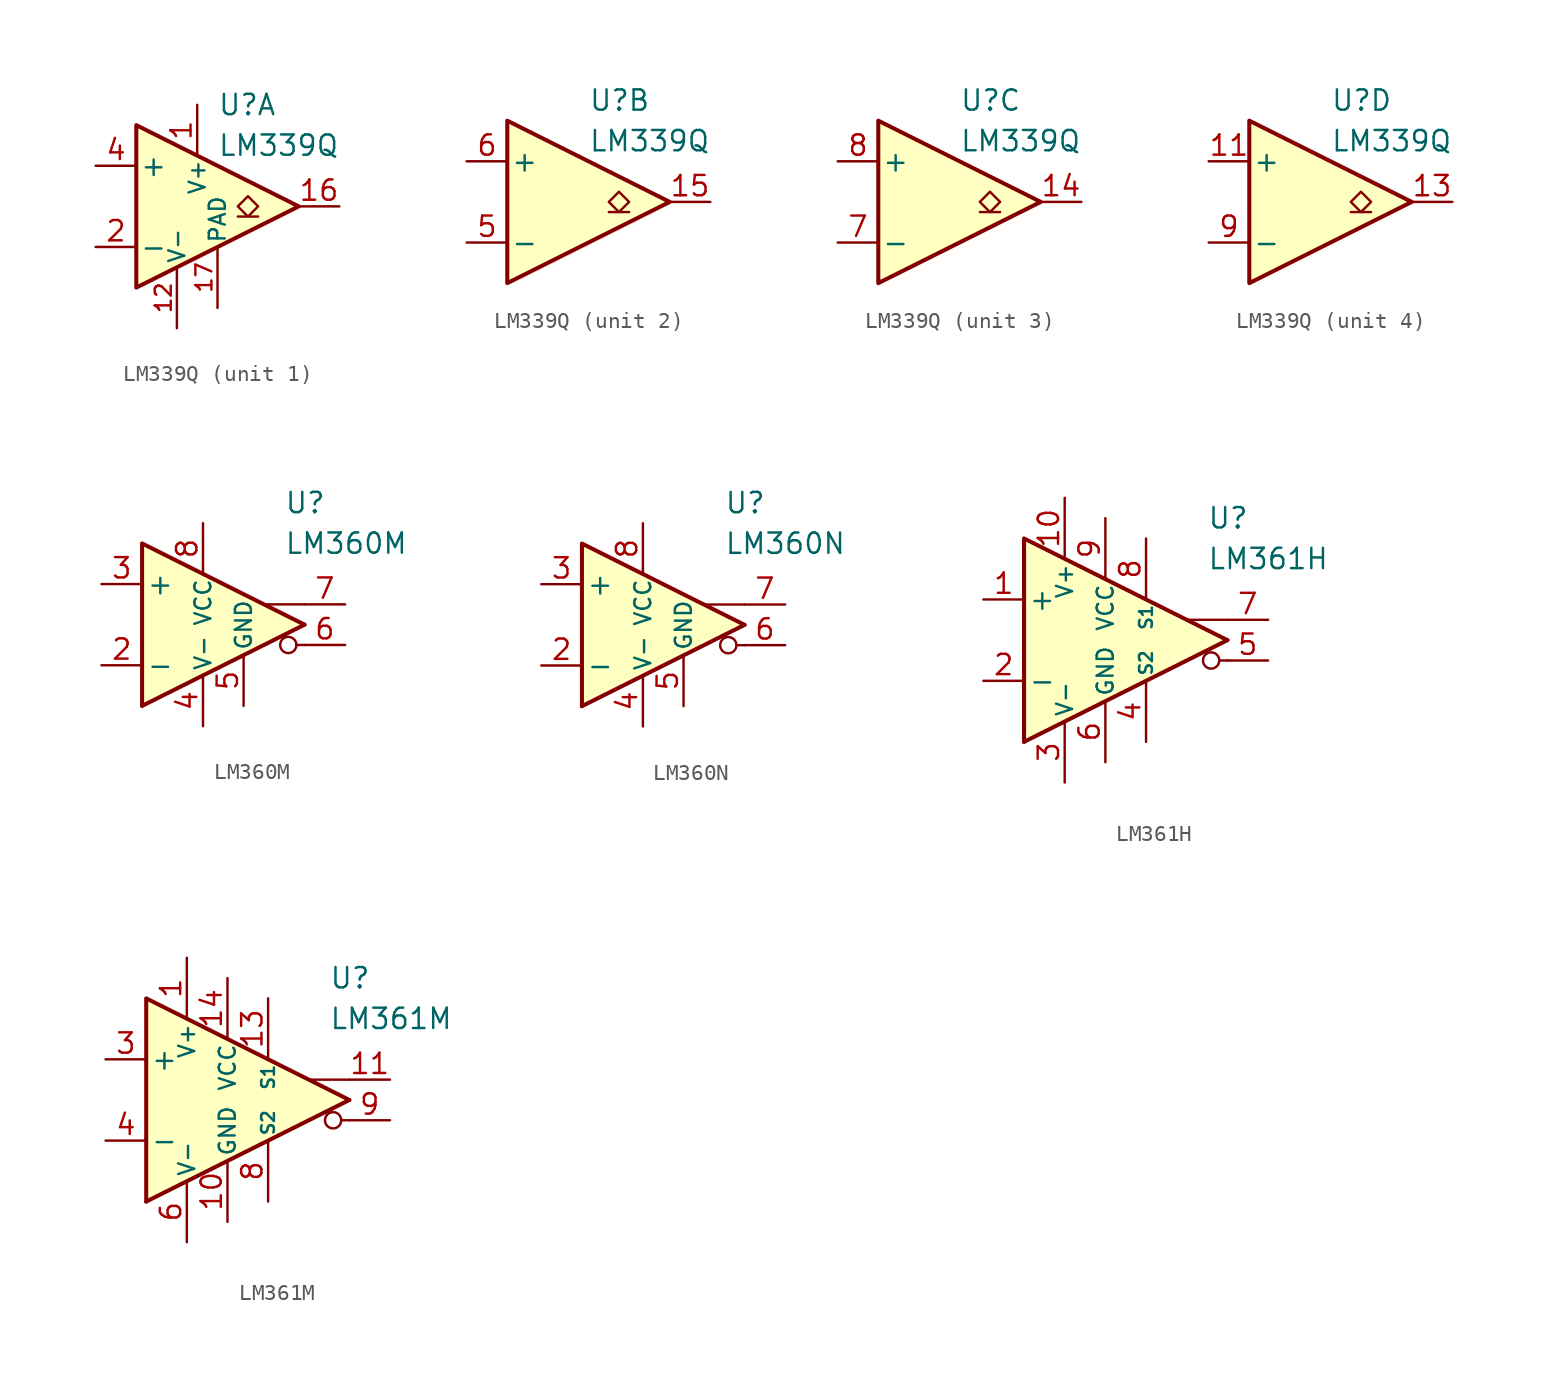
<source format=kicad_sym>
(kicad_symbol_lib
  (version 20211014)
  (generator kicad_symbol_editor)
  (symbol "LM339Q"
    (pin_names
      (offset 0.2))
    (property "Reference" "U"
      (at 1.27 6.35 0)
      (effects (font (size 1.27 1.27)) (justify left)))
    (property "Value" "LM339Q"
      (at 1.27 3.81 0)
      (effects (font (size 1.27 1.27)) (justify left)))
    (property "ki_locked" ""
      (at 0 0 0)
      (effects (font (size 1.27 1.27))))
    (symbol "LM339Q_0_1"
      (polyline (pts (xy -3.81 5.08) (xy -3.81 -5.08) (xy 6.35 0) (xy -3.81 5.08)) (stroke (width 0.254) (type default) (color 0 0 0 0)) (fill (type background))))
    (symbol "LM339Q_1_1"
      (polyline (pts (xy 3.81 -0.635) (xy 2.54 -0.635)) (stroke (width 0.152) (type default) (color 0 0 0 0)) (fill (type none)))
      (polyline (pts (xy 3.175 -0.635) (xy 2.54 0) (xy 3.175 0.635) (xy 3.81 0) (xy 3.175 -0.635)) (stroke (width 0.152) (type default) (color 0 0 0 0)) (fill (type none)))
      (pin power_in line (at 0 6.35 270) (length 3.18) (name "V+" (effects (font (size 1 1)))) (number "1" (effects (font (size 1.27 1.27)))))
      (pin no_connect line (at -2.54 -1.27 0) (length 2.54) hide (name "NC" (effects (font (size 1.27 1.27)))) (number "10" (effects (font (size 1.27 1.27)))))
      (pin power_in line (at -1.27 -7.62 90) (length 3.81) (name "V-" (effects (font (size 1 1)))) (number "12" (effects (font (size 1 1)))))
      (pin open_collector line (at 8.89 0 180) (length 2.54) (name "~" (effects (font (size 1.27 1.27)))) (number "16" (effects (font (size 1.27 1.27)))))
      (pin power_in line (at 1.27 -6.35 90) (length 3.81) (name "PAD" (effects (font (size 1 1)))) (number "17" (effects (font (size 1 1)))))
      (pin input line (at -6.35 -2.54 0) (length 2.54) (name "-" (effects (font (size 1.27 1.27)))) (number "2" (effects (font (size 1.27 1.27)))))
      (pin no_connect line (at -2.54 1.27 0) (length 2.54) hide (name "NC" (effects (font (size 1.27 1.27)))) (number "3" (effects (font (size 1.27 1.27)))))
      (pin input line (at -6.35 2.54 0) (length 2.54) (name "+" (effects (font (size 1.27 1.27)))) (number "4" (effects (font (size 1.27 1.27))))))
    (symbol "LM339Q_2_1"
      (polyline (pts (xy 3.81 -0.635) (xy 2.54 -0.635)) (stroke (width 0.152) (type default) (color 0 0 0 0)) (fill (type none)))
      (polyline (pts (xy 3.175 -0.635) (xy 2.54 0) (xy 3.175 0.635) (xy 3.81 0) (xy 3.175 -0.635)) (stroke (width 0.152) (type default) (color 0 0 0 0)) (fill (type none)))
      (pin open_collector line (at 8.89 0 180) (length 2.54) (name "~" (effects (font (size 1.27 1.27)))) (number "15" (effects (font (size 1.27 1.27)))))
      (pin input line (at -6.35 -2.54 0) (length 2.54) (name "-" (effects (font (size 1.27 1.27)))) (number "5" (effects (font (size 1.27 1.27)))))
      (pin input line (at -6.35 2.54 0) (length 2.54) (name "+" (effects (font (size 1.27 1.27)))) (number "6" (effects (font (size 1.27 1.27))))))
    (symbol "LM339Q_3_1"
      (polyline (pts (xy 3.81 -0.635) (xy 2.54 -0.635)) (stroke (width 0.152) (type default) (color 0 0 0 0)) (fill (type none)))
      (polyline (pts (xy 3.175 -0.635) (xy 2.54 0) (xy 3.175 0.635) (xy 3.81 0) (xy 3.175 -0.635)) (stroke (width 0.152) (type default) (color 0 0 0 0)) (fill (type none)))
      (pin open_collector line (at 8.89 0 180) (length 2.54) (name "~" (effects (font (size 1.27 1.27)))) (number "14" (effects (font (size 1.27 1.27)))))
      (pin input line (at -6.35 -2.54 0) (length 2.54) (name "-" (effects (font (size 1.27 1.27)))) (number "7" (effects (font (size 1.27 1.27)))))
      (pin input line (at -6.35 2.54 0) (length 2.54) (name "+" (effects (font (size 1.27 1.27)))) (number "8" (effects (font (size 1.27 1.27))))))
    (symbol "LM339Q_4_1"
      (polyline (pts (xy 3.81 -0.635) (xy 2.54 -0.635)) (stroke (width 0.152) (type default) (color 0 0 0 0)) (fill (type none)))
      (polyline (pts (xy 3.175 -0.635) (xy 2.54 0) (xy 3.175 0.635) (xy 3.81 0) (xy 3.175 -0.635)) (stroke (width 0.152) (type default) (color 0 0 0 0)) (fill (type none)))
      (pin input line (at -6.35 2.54 0) (length 2.54) (name "+" (effects (font (size 1.27 1.27)))) (number "11" (effects (font (size 1.27 1.27)))))
      (pin open_collector line (at 8.89 0 180) (length 2.54) (name "~" (effects (font (size 1.27 1.27)))) (number "13" (effects (font (size 1.27 1.27)))))
      (pin input line (at -6.35 -2.54 0) (length 2.54) (name "-" (effects (font (size 1.27 1.27)))) (number "9" (effects (font (size 1.27 1.27)))))))
  (symbol "LM360M"
    (pin_names
      (offset 0.254))
    (property "Reference" "U"
      (at 5.08 7.62 0)
      (effects (font (size 1.27 1.27)) (justify left)))
    (property "Value" "LM360M"
      (at 5.08 5.08 0)
      (effects (font (size 1.27 1.27)) (justify left)))
    (symbol "LM360M_0_0"
      (polyline (pts (xy 6.35 -1.27) (xy 5.842 -1.27)) (stroke (width 0.152) (type default) (color 0 0 0 0)) (fill (type none)))
      (polyline (pts (xy 6.35 0) (xy -3.81 -5.08)) (stroke (width 0.254) (type default) (color 0 0 0 0)) (fill (type none)))
      (polyline (pts (xy 6.35 1.27) (xy 3.81 1.27)) (stroke (width 0.152) (type default) (color 0 0 0 0)) (fill (type none)))
      (polyline (pts (xy 6.35 0) (xy -3.81 5.08) (xy -3.81 -5.08)) (stroke (width 0.254) (type default) (color 0 0 0 0)) (fill (type background)))
      (circle (center 5.334 -1.27) (radius 0.508) (stroke (width 0.152) (type default) (color 0 0 0 0)) (fill (type none))))
    (symbol "LM360M_1_1"
      (pin no_connect line (at -2.54 0 0) (length 2.54) hide (name "NC" (effects (font (size 1.27 1.27)))) (number "1" (effects (font (size 1.27 1.27)))))
      (pin input line (at -6.35 -2.54 0) (length 2.54) (name "-" (effects (font (size 1.27 1.27)))) (number "2" (effects (font (size 1.27 1.27)))))
      (pin input line (at -6.35 2.54 0) (length 2.54) (name "+" (effects (font (size 1.27 1.27)))) (number "3" (effects (font (size 1.27 1.27)))))
      (pin power_in line (at 0 -6.35 90) (length 3.18) (name "V-" (effects (font (size 1 1)))) (number "4" (effects (font (size 1.27 1.27)))))
      (pin power_in line (at 2.54 -5.08 90) (length 3.18) (name "GND" (effects (font (size 1 1)))) (number "5" (effects (font (size 1.27 1.27)))))
      (pin output line (at 8.89 -1.27 180) (length 2.54) (name "~" (effects (font (size 1.27 1.27)))) (number "6" (effects (font (size 1.27 1.27)))))
      (pin output line (at 8.89 1.27 180) (length 2.54) (name "~" (effects (font (size 1.27 1.27)))) (number "7" (effects (font (size 1.27 1.27)))))
      (pin power_in line (at 0 6.35 270) (length 3.18) (name "VCC" (effects (font (size 1 1)))) (number "8" (effects (font (size 1.27 1.27)))))))
  (symbol "LM360N"
    (pin_names
      (offset 0.254))
    (property "Reference" "U"
      (at 5.08 7.62 0)
      (effects (font (size 1.27 1.27)) (justify left)))
    (property "Value" "LM360N"
      (at 5.08 5.08 0)
      (effects (font (size 1.27 1.27)) (justify left)))
    (symbol "LM360N_0_0"
      (polyline (pts (xy 6.35 -1.27) (xy 5.842 -1.27)) (stroke (width 0.152) (type default) (color 0 0 0 0)) (fill (type none)))
      (polyline (pts (xy 6.35 0) (xy -3.81 -5.08)) (stroke (width 0.254) (type default) (color 0 0 0 0)) (fill (type none)))
      (polyline (pts (xy 6.35 1.27) (xy 3.81 1.27)) (stroke (width 0.152) (type default) (color 0 0 0 0)) (fill (type none)))
      (polyline (pts (xy 6.35 0) (xy -3.81 5.08) (xy -3.81 -5.08)) (stroke (width 0.254) (type default) (color 0 0 0 0)) (fill (type background)))
      (circle (center 5.334 -1.27) (radius 0.508) (stroke (width 0.152) (type default) (color 0 0 0 0)) (fill (type none))))
    (symbol "LM360N_1_1"
      (pin no_connect line (at -2.54 0 0) (length 2.54) hide (name "NC" (effects (font (size 1.27 1.27)))) (number "1" (effects (font (size 1.27 1.27)))))
      (pin input line (at -6.35 -2.54 0) (length 2.54) (name "-" (effects (font (size 1.27 1.27)))) (number "2" (effects (font (size 1.27 1.27)))))
      (pin input line (at -6.35 2.54 0) (length 2.54) (name "+" (effects (font (size 1.27 1.27)))) (number "3" (effects (font (size 1.27 1.27)))))
      (pin power_in line (at 0 -6.35 90) (length 3.18) (name "V-" (effects (font (size 1 1)))) (number "4" (effects (font (size 1.27 1.27)))))
      (pin power_in line (at 2.54 -5.08 90) (length 3.18) (name "GND" (effects (font (size 1 1)))) (number "5" (effects (font (size 1.27 1.27)))))
      (pin output line (at 8.89 -1.27 180) (length 2.54) (name "~" (effects (font (size 1.27 1.27)))) (number "6" (effects (font (size 1.27 1.27)))))
      (pin output line (at 8.89 1.27 180) (length 2.54) (name "~" (effects (font (size 1.27 1.27)))) (number "7" (effects (font (size 1.27 1.27)))))
      (pin power_in line (at 0 6.35 270) (length 3.18) (name "VCC" (effects (font (size 1 1)))) (number "8" (effects (font (size 1.27 1.27)))))))
  (symbol "LM361H"
    (pin_names
      (offset 0.254))
    (property "Reference" "U"
      (at 6.35 7.62 0)
      (effects (font (size 1.27 1.27)) (justify left)))
    (property "Value" "LM361H"
      (at 6.35 5.08 0)
      (effects (font (size 1.27 1.27)) (justify left)))
    (symbol "LM361H_0_0"
      (polyline (pts (xy 7.62 -1.27) (xy 7.112 -1.27)) (stroke (width 0.152) (type default) (color 0 0 0 0)) (fill (type none)))
      (polyline (pts (xy 7.62 0) (xy -5.08 -6.35)) (stroke (width 0.254) (type default) (color 0 0 0 0)) (fill (type none)))
      (polyline (pts (xy 7.62 1.27) (xy 5.08 1.27)) (stroke (width 0.152) (type default) (color 0 0 0 0)) (fill (type none)))
      (polyline (pts (xy 7.62 0) (xy -5.08 6.35) (xy -5.08 -6.35)) (stroke (width 0.254) (type default) (color 0 0 0 0)) (fill (type background)))
      (circle (center 6.604 -1.27) (radius 0.508) (stroke (width 0.152) (type default) (color 0 0 0 0)) (fill (type none))))
    (symbol "LM361H_1_1"
      (pin input line (at -7.62 2.54 0) (length 2.54) (name "+" (effects (font (size 1.27 1.27)))) (number "1" (effects (font (size 1.27 1.27)))))
      (pin power_in line (at -2.54 8.89 270) (length 3.81) (name "V+" (effects (font (size 1 1)))) (number "10" (effects (font (size 1.27 1.27)))))
      (pin input line (at -7.62 -2.54 0) (length 2.54) (name "-" (effects (font (size 1.27 1.27)))) (number "2" (effects (font (size 1.27 1.27)))))
      (pin power_in line (at -2.54 -8.89 90) (length 3.81) (name "V-" (effects (font (size 1 1)))) (number "3" (effects (font (size 1.27 1.27)))))
      (pin input line (at 2.54 -6.35 90) (length 3.81) (name "S2" (effects (font (size 0.8 0.8)))) (number "4" (effects (font (size 1.27 1.27)))))
      (pin output line (at 10.16 -1.27 180) (length 2.54) (name "~" (effects (font (size 1.27 1.27)))) (number "5" (effects (font (size 1.27 1.27)))))
      (pin power_in line (at 0 -7.62 90) (length 3.81) (name "GND" (effects (font (size 1 1)))) (number "6" (effects (font (size 1.27 1.27)))))
      (pin output line (at 10.16 1.27 180) (length 2.54) (name "~" (effects (font (size 1.27 1.27)))) (number "7" (effects (font (size 1.27 1.27)))))
      (pin input line (at 2.54 6.35 270) (length 3.81) (name "S1" (effects (font (size 0.8 0.8)))) (number "8" (effects (font (size 1.27 1.27)))))
      (pin power_in line (at 0 7.62 270) (length 3.81) (name "VCC" (effects (font (size 1 1)))) (number "9" (effects (font (size 1.27 1.27)))))))
  (symbol "LM361M"
    (pin_names
      (offset 0.254))
    (property "Reference" "U"
      (at 6.35 7.62 0)
      (effects (font (size 1.27 1.27)) (justify left)))
    (property "Value" "LM361M"
      (at 6.35 5.08 0)
      (effects (font (size 1.27 1.27)) (justify left)))
    (symbol "LM361M_0_0"
      (polyline (pts (xy 7.62 -1.27) (xy 7.112 -1.27)) (stroke (width 0.152) (type default) (color 0 0 0 0)) (fill (type none)))
      (polyline (pts (xy 7.62 0) (xy -5.08 -6.35)) (stroke (width 0.254) (type default) (color 0 0 0 0)) (fill (type none)))
      (polyline (pts (xy 7.62 1.27) (xy 5.08 1.27)) (stroke (width 0.152) (type default) (color 0 0 0 0)) (fill (type none)))
      (polyline (pts (xy 7.62 0) (xy -5.08 6.35) (xy -5.08 -6.35)) (stroke (width 0.254) (type default) (color 0 0 0 0)) (fill (type background)))
      (circle (center 6.604 -1.27) (radius 0.508) (stroke (width 0.152) (type default) (color 0 0 0 0)) (fill (type none))))
    (symbol "LM361M_1_1"
      (pin power_in line (at -2.54 8.89 270) (length 3.81) (name "V+" (effects (font (size 1 1)))) (number "1" (effects (font (size 1.27 1.27)))))
      (pin power_in line (at 0 -7.62 90) (length 3.81) (name "GND" (effects (font (size 1 1)))) (number "10" (effects (font (size 1.27 1.27)))))
      (pin output line (at 10.16 1.27 180) (length 2.54) (name "~" (effects (font (size 1.27 1.27)))) (number "11" (effects (font (size 1.27 1.27)))))
      (pin no_connect line (at 1.27 -2.54 90) (length 2.54) hide (name "NC" (effects (font (size 1.27 1.27)))) (number "12" (effects (font (size 1.27 1.27)))))
      (pin input line (at 2.54 6.35 270) (length 3.81) (name "S1" (effects (font (size 0.8 0.8)))) (number "13" (effects (font (size 1.27 1.27)))))
      (pin power_in line (at 0 7.62 270) (length 3.81) (name "VCC" (effects (font (size 1 1)))) (number "14" (effects (font (size 1.27 1.27)))))
      (pin no_connect line (at -1.27 2.54 270) (length 2.54) hide (name "NC" (effects (font (size 1.27 1.27)))) (number "2" (effects (font (size 1.27 1.27)))))
      (pin input line (at -7.62 2.54 0) (length 2.54) (name "+" (effects (font (size 1.27 1.27)))) (number "3" (effects (font (size 1.27 1.27)))))
      (pin input line (at -7.62 -2.54 0) (length 2.54) (name "-" (effects (font (size 1.27 1.27)))) (number "4" (effects (font (size 1.27 1.27)))))
      (pin no_connect line (at -1.27 -2.54 90) (length 2.54) hide (name "NC" (effects (font (size 1.27 1.27)))) (number "5" (effects (font (size 1.27 1.27)))))
      (pin power_in line (at -2.54 -8.89 90) (length 3.81) (name "V-" (effects (font (size 1 1)))) (number "6" (effects (font (size 1.27 1.27)))))
      (pin no_connect line (at 1.27 2.54 270) (length 2.54) hide (name "NC" (effects (font (size 1.27 1.27)))) (number "7" (effects (font (size 1.27 1.27)))))
      (pin input line (at 2.54 -6.35 90) (length 3.81) (name "S2" (effects (font (size 0.8 0.8)))) (number "8" (effects (font (size 1.27 1.27)))))
      (pin output line (at 10.16 -1.27 180) (length 2.54) (name "~" (effects (font (size 1.27 1.27)))) (number "9" (effects (font (size 1.27 1.27))))))))
</source>
